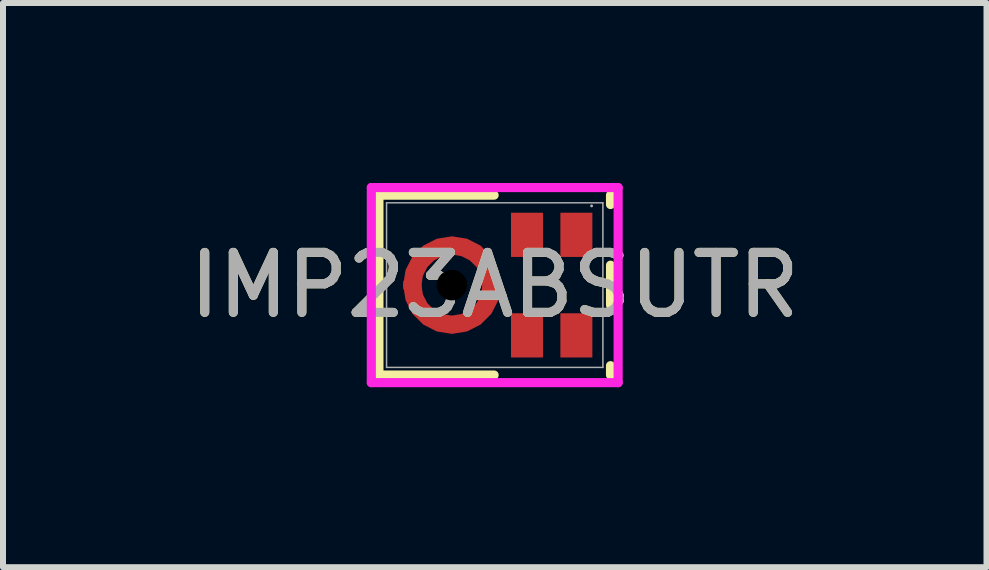
<source format=kicad_pcb>
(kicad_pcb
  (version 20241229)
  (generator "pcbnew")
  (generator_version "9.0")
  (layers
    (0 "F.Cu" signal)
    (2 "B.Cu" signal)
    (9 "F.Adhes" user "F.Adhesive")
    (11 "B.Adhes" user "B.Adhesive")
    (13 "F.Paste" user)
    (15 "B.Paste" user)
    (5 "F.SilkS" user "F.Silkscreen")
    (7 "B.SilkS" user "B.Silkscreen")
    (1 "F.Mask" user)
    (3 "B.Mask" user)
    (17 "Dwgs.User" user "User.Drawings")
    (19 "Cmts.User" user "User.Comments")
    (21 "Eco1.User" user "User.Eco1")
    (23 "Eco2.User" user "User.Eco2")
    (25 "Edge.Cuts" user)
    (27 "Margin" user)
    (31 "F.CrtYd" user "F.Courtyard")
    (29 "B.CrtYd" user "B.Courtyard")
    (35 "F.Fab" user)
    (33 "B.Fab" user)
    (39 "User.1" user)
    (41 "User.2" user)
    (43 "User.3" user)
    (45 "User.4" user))
  (footprint "IMP23ABSUTR"
    (layer "F.Cu")
    (at 5.196 1.702)
    (property "Reference" "IMP23ABSUTR" (at 0 0 0) (unlocked yes) (layer "F.SilkS") (effects (font (size 1 1) (thickness 0.15))))
    (attr smd)
    (fp_poly (pts (xy 0.096 -0.071) (xy 0.099 0) (xy 0.06 0.251) (xy -0.056 0.478) (xy -0.236 0.658) (xy -0.462 0.773) (xy -0.713 0.813) (xy -0.965 0.773) (xy -1.191 0.658) (xy -1.371 0.478) (xy -1.486 0.251) (xy -1.526 0) (xy -1.523 -0.071) (xy -1.219 -0.044) (xy -1.221 0) (xy -1.197 0.157) (xy -1.124 0.299) (xy -1.012 0.411) (xy -0.87 0.483) (xy -0.713 0.508) (xy -0.556 0.483) (xy -0.415 0.411) (xy -0.302 0.299) (xy -0.23 0.157) (xy -0.205 0) (xy -0.207 -0.044)) (stroke (width 0) (type solid)) (fill yes) (layer "F.Cu"))
    (fp_poly (pts (xy 0.096 0.071) (xy 0.099 0) (xy 0.06 -0.251) (xy -0.056 -0.478) (xy -0.236 -0.658) (xy -0.462 -0.773) (xy -0.713 -0.813) (xy -0.965 -0.773) (xy -1.191 -0.658) (xy -1.371 -0.478) (xy -1.486 -0.251) (xy -1.526 0) (xy -1.523 0.071) (xy -1.219 0.044) (xy -1.221 0) (xy -1.197 -0.157) (xy -1.124 -0.299) (xy -1.012 -0.411) (xy -0.87 -0.483) (xy -0.713 -0.508) (xy -0.556 -0.483) (xy -0.415 -0.411) (xy -0.302 -0.299) (xy -0.23 -0.157) (xy -0.205 0) (xy -0.207 0.044)) (stroke (width 0) (type solid)) (fill yes) (layer "F.Cu"))
    (fp_poly (pts (xy 0.096 -0.071) (xy 0.099 0) (xy 0.06 0.251) (xy -0.056 0.478) (xy -0.236 0.658) (xy -0.462 0.773) (xy -0.713 0.813) (xy -0.965 0.773) (xy -1.191 0.658) (xy -1.371 0.478) (xy -1.486 0.251) (xy -1.526 0) (xy -1.523 -0.071) (xy -1.219 -0.044) (xy -1.221 0) (xy -1.197 0.157) (xy -1.124 0.299) (xy -1.012 0.411) (xy -0.87 0.483) (xy -0.713 0.508) (xy -0.556 0.483) (xy -0.415 0.411) (xy -0.302 0.299) (xy -0.23 0.157) (xy -0.205 0) (xy -0.207 -0.044)) (stroke (width 0) (type solid)) (fill yes) (layer "F.Mask"))
    (fp_poly (pts (xy 0.096 0.071) (xy 0.099 0) (xy 0.06 -0.251) (xy -0.056 -0.478) (xy -0.236 -0.658) (xy -0.462 -0.773) (xy -0.713 -0.813) (xy -0.965 -0.773) (xy -1.191 -0.658) (xy -1.371 -0.478) (xy -1.486 -0.251) (xy -1.526 0) (xy -1.523 0.071) (xy -1.219 0.044) (xy -1.221 0) (xy -1.197 -0.157) (xy -1.124 -0.299) (xy -1.012 -0.411) (xy -0.87 -0.483) (xy -0.713 -0.508) (xy -0.556 -0.483) (xy -0.415 -0.411) (xy -0.302 -0.299) (xy -0.23 -0.157) (xy -0.205 0) (xy -0.207 0.044)) (stroke (width 0) (type solid)) (fill yes) (layer "F.Mask"))
    (fp_line (start -1.93 -1.499) (end -1.93 1.499) (stroke (width 0.152) (type solid)) (layer "F.SilkS"))
    (fp_line (start -1.93 1.499) (end -0.01 1.499) (stroke (width 0.152) (type solid)) (layer "F.SilkS"))
    (fp_line (start -0.01 -1.499) (end -1.93 -1.499) (stroke (width 0.152) (type solid)) (layer "F.SilkS"))
    (fp_line (start 1.93 -1.343) (end 1.93 -1.499) (stroke (width 0.152) (type solid)) (layer "F.SilkS"))
    (fp_line (start 1.93 0.332) (end 1.93 -0.332) (stroke (width 0.152) (type solid)) (layer "F.SilkS"))
    (fp_line (start 1.93 1.499) (end 1.93 1.343) (stroke (width 0.152) (type solid)) (layer "F.SilkS"))
    (fp_poly (pts (xy 0.096 -0.071) (xy 0.099 0) (xy 0.06 0.251) (xy -0.056 0.478) (xy -0.236 0.658) (xy -0.462 0.773) (xy -0.713 0.813) (xy -0.965 0.773) (xy -1.191 0.658) (xy -1.371 0.478) (xy -1.486 0.251) (xy -1.526 0) (xy -1.523 -0.071) (xy -1.219 -0.044) (xy -1.221 0) (xy -1.197 0.157) (xy -1.124 0.299) (xy -1.012 0.411) (xy -0.87 0.483) (xy -0.713 0.508) (xy -0.556 0.483) (xy -0.415 0.411) (xy -0.302 0.299) (xy -0.23 0.157) (xy -0.205 0) (xy -0.207 -0.044)) (stroke (width 0) (type solid)) (fill yes) (layer "F.Paste"))
    (fp_poly (pts (xy 0.096 0.071) (xy 0.099 0) (xy 0.06 -0.251) (xy -0.056 -0.478) (xy -0.236 -0.658) (xy -0.462 -0.773) (xy -0.713 -0.813) (xy -0.965 -0.773) (xy -1.191 -0.658) (xy -1.371 -0.478) (xy -1.486 -0.251) (xy -1.526 0) (xy -1.523 0.071) (xy -1.219 0.044) (xy -1.221 0) (xy -1.197 -0.157) (xy -1.124 -0.299) (xy -1.012 -0.411) (xy -0.87 -0.483) (xy -0.713 -0.508) (xy -0.556 -0.483) (xy -0.415 -0.411) (xy -0.302 -0.299) (xy -0.23 -0.157) (xy -0.205 0) (xy -0.207 0.044)) (stroke (width 0) (type solid)) (fill yes) (layer "F.Paste"))
    (fp_line (start -2.057 -1.626) (end 2.057 -1.626) (stroke (width 0.152) (type solid)) (layer "F.CrtYd"))
    (fp_line (start -2.057 1.626) (end -2.057 -1.626) (stroke (width 0.152) (type solid)) (layer "F.CrtYd"))
    (fp_line (start 2.057 -1.626) (end 2.057 1.626) (stroke (width 0.152) (type solid)) (layer "F.CrtYd"))
    (fp_line (start 2.057 1.626) (end -2.057 1.626) (stroke (width 0.152) (type solid)) (layer "F.CrtYd"))
    (fp_line (start -1.803 -1.372) (end -1.803 1.372) (stroke (width 0.025) (type solid)) (layer "F.Fab"))
    (fp_line (start -1.803 1.372) (end 1.803 1.372) (stroke (width 0.025) (type solid)) (layer "F.Fab"))
    (fp_line (start 1.803 -1.372) (end -1.803 -1.372) (stroke (width 0.025) (type solid)) (layer "F.Fab"))
    (fp_line (start 1.803 1.372) (end 1.803 -1.372) (stroke (width 0.025) (type solid)) (layer "F.Fab"))
    (fp_circle (center 1.615 -1.32) (end 1.615 -1.32) (stroke (width 0.025) (type solid)) (fill no) (layer "F.Fab"))
    (fp_text user "${REFERENCE}" (at 0 0 0) (unlocked yes) (layer "F.Fab") (effects (font (size 1 1) (thickness 0.15))))
    (pad "" np_thru_hole circle (at -0.713 0) (size 0.508 0.508) (drill 0.508) (layers))
    (pad "1" smd rect (at 1.361 -0.838) (size 0.533 0.737) (layers "F.Cu" "F.Mask" "F.Paste"))
    (pad "2" smd rect (at 0.538 -0.838) (size 0.533 0.737) (layers "F.Cu" "F.Mask" "F.Paste"))
    (pad "3" smd rect (at -1.374 0) (size 0.051 0.051) (layers "F.Cu" "F.Mask" "F.Paste"))
    (pad "4" smd rect (at 0.538 0.838) (size 0.533 0.737) (layers "F.Cu" "F.Mask" "F.Paste"))
    (pad "5" smd rect (at 1.361 0.838) (size 0.533 0.737) (layers "F.Cu" "F.Mask" "F.Paste")))
  (gr_rect
    (start -3 -3)
    (end 13.393 6.404)
    (stroke (width 0.1) (type default))
    (fill no)
    (layer "Edge.Cuts")))
</source>
